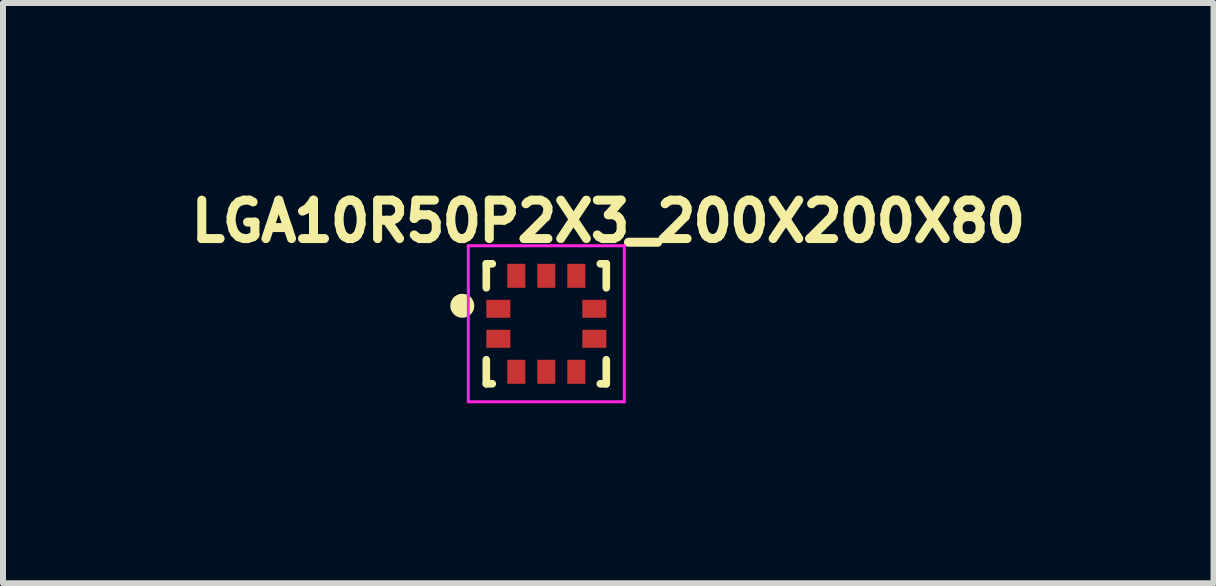
<source format=kicad_pcb>
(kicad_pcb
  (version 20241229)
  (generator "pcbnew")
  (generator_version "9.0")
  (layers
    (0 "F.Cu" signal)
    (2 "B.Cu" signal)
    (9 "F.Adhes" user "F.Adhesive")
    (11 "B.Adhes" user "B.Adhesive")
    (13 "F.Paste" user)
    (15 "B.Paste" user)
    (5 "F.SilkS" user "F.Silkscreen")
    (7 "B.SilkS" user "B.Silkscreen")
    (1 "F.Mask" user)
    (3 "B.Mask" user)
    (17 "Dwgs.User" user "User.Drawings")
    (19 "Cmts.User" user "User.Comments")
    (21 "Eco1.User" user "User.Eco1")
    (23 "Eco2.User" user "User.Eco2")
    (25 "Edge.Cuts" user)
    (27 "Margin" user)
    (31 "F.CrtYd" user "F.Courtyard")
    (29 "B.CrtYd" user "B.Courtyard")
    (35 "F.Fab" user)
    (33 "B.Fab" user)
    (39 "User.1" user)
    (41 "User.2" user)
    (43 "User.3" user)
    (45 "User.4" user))
  (footprint "LGA10R50P2X3_200X200X80"
    (layer "F.Cu")
    (at 6.056 2.347)
    (property "Reference" "LGA10R50P2X3_200X200X80" (at 1.034 -1.709 0) (layer "F.SilkS") (effects (font (size 0.641 0.641) (thickness 0.15))))
    (attr smd)
    (fp_line (start -1 -1) (end -1 -0.6) (stroke (width 0.127) (type solid)) (layer "F.SilkS"))
    (fp_line (start -1 0.6) (end -1 1) (stroke (width 0.127) (type solid)) (layer "F.SilkS"))
    (fp_line (start -0.9 -1) (end -1 -1) (stroke (width 0.127) (type solid)) (layer "F.SilkS"))
    (fp_line (start -0.9 1) (end -1 1) (stroke (width 0.127) (type solid)) (layer "F.SilkS"))
    (fp_line (start 0.9 1) (end 1 1) (stroke (width 0.127) (type solid)) (layer "F.SilkS"))
    (fp_line (start 1 -1) (end 0.9 -1) (stroke (width 0.127) (type solid)) (layer "F.SilkS"))
    (fp_line (start 1 -1) (end 1 -0.6) (stroke (width 0.127) (type solid)) (layer "F.SilkS"))
    (fp_line (start 1 1) (end 1 0.6) (stroke (width 0.127) (type solid)) (layer "F.SilkS"))
    (fp_circle (center -1.4 -0.3) (end -1.3 -0.3) (stroke (width 0.2) (type solid)) (fill no) (layer "F.SilkS"))
    (fp_line (start -1.3 -1.3) (end 1.3 -1.3) (stroke (width 0.05) (type solid)) (layer "F.CrtYd"))
    (fp_line (start -1.3 1.3) (end -1.3 -1.3) (stroke (width 0.05) (type solid)) (layer "F.CrtYd"))
    (fp_line (start 1.3 -1.3) (end 1.3 1.3) (stroke (width 0.05) (type solid)) (layer "F.CrtYd"))
    (fp_line (start 1.3 1.3) (end -1.3 1.3) (stroke (width 0.05) (type solid)) (layer "F.CrtYd"))
    (pad "1" smd rect (at -0.8 -0.25) (size 0.4 0.3) (layers "F.Cu" "F.Mask" "F.Paste"))
    (pad "2" smd rect (at -0.8 0.25) (size 0.4 0.3) (layers "F.Cu" "F.Mask" "F.Paste"))
    (pad "3" smd rect (at -0.5 0.8 90) (size 0.4 0.3) (layers "F.Cu" "F.Mask" "F.Paste"))
    (pad "4" smd rect (at 0 0.8 90) (size 0.4 0.3) (layers "F.Cu" "F.Mask" "F.Paste"))
    (pad "5" smd rect (at 0.5 0.8 90) (size 0.4 0.3) (layers "F.Cu" "F.Mask" "F.Paste"))
    (pad "6" smd rect (at 0.8 0.25 180) (size 0.4 0.3) (layers "F.Cu" "F.Mask" "F.Paste"))
    (pad "7" smd rect (at 0.8 -0.25 180) (size 0.4 0.3) (layers "F.Cu" "F.Mask" "F.Paste"))
    (pad "8" smd rect (at 0.5 -0.8 270) (size 0.4 0.3) (layers "F.Cu" "F.Mask" "F.Paste"))
    (pad "9" smd rect (at 0 -0.8 270) (size 0.4 0.3) (layers "F.Cu" "F.Mask" "F.Paste"))
    (pad "10" smd rect (at -0.5 -0.8 270) (size 0.4 0.3) (layers "F.Cu" "F.Mask" "F.Paste")))
  (gr_rect
    (start -3 -3)
    (end 17.178 6.672)
    (stroke (width 0.1) (type default))
    (fill no)
    (layer "Edge.Cuts")))
</source>
